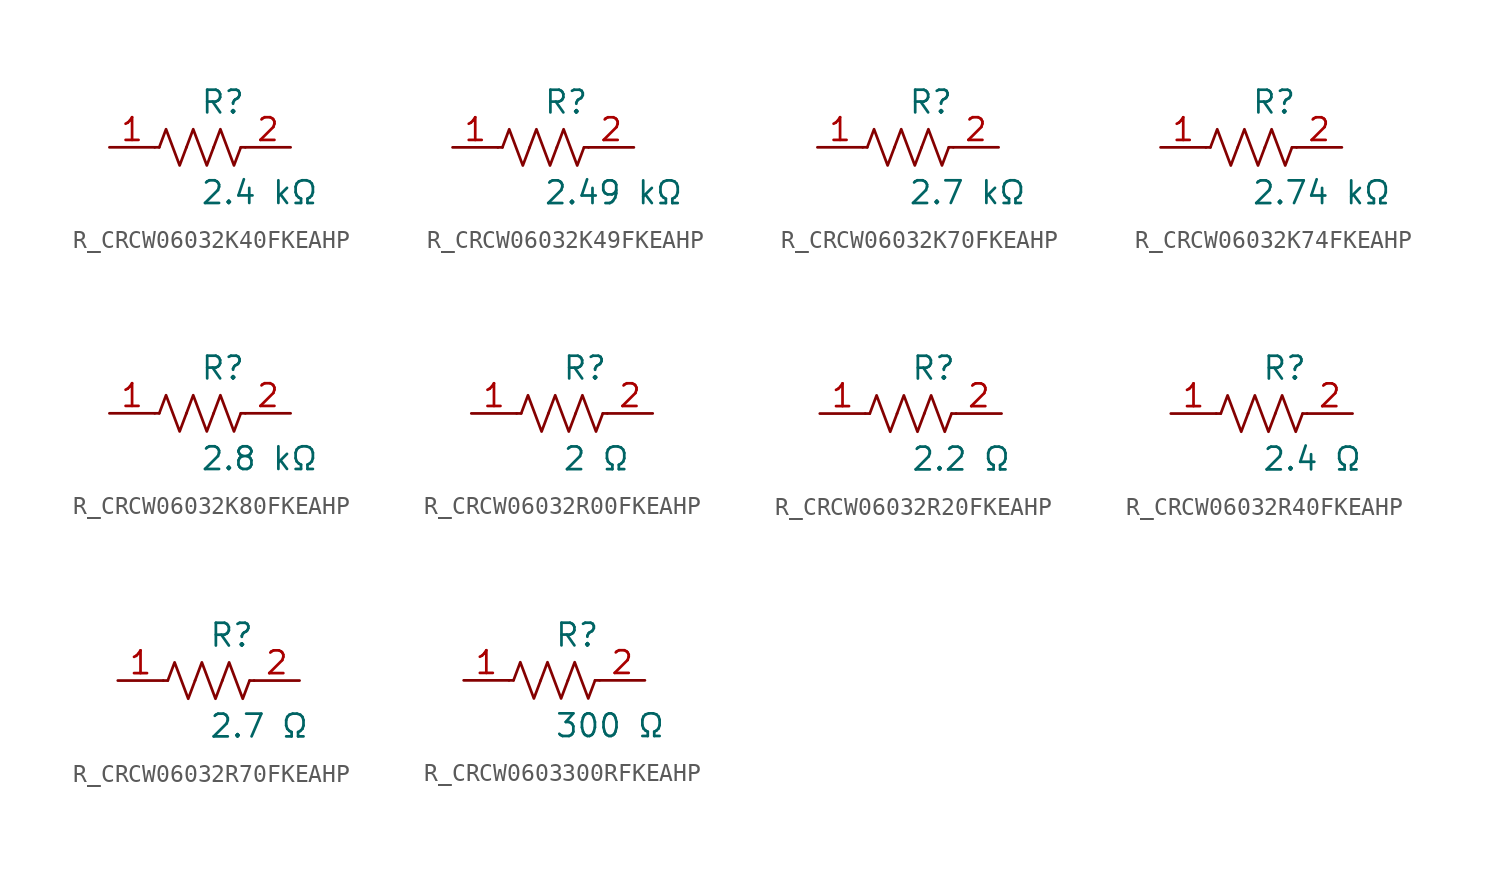
<source format=kicad_sym>
(kicad_symbol_lib
  (version 20231120)
  (generator kicad_symbol_editor)
  (generator_version 8.0)
  (symbol "R_CRCW06032K40FKEAHP"
    (pin_names
      (offset 0.254))
    (property "Reference" "R"
      (at 0.0 2.54 0)
      (effects (font (size 1.27 1.27)) (justify left)))
    (property "Value" "2.4 kΩ"
      (at 0.0 -2.54 0)
      (effects (font (size 1.27 1.27)) (justify left)))
    (symbol "R_CRCW06032K40FKEAHP_0_1"
      (polyline (pts (xy 2.286 0) (xy 2.54 0)) (stroke (width 0) (type default)) (fill (type none)))
      (polyline (pts (xy -2.286 0) (xy -2.54 0)) (stroke (width 0) (type default)) (fill (type none)))
      (polyline (pts (xy 0.762 0) (xy 1.143 1.016) (xy 1.524 0) (xy 1.905 -1.016) (xy 2.286 0)) (stroke (width 0) (type default)) (fill (type none)))
      (polyline (pts (xy -0.762 0) (xy -0.381 1.016) (xy 0 0) (xy 0.381 -1.016) (xy 0.762 0)) (stroke (width 0) (type default)) (fill (type none)))
      (polyline (pts (xy -2.286 0) (xy -1.905 1.016) (xy -1.524 0) (xy -1.143 -1.016) (xy -0.762 0)) (stroke (width 0) (type default)) (fill (type none))))
    (pin unspecified line
      (at -5.08 0 0)
      (length 2.54)
      (name "" (effects (font (size 1.27 1.27))))
      (number "1" (effects (font (size 1.27 1.27)))))
    (pin unspecified line
      (at 5.08 0 180)
      (length 2.54)
      (name "" (effects (font (size 1.27 1.27))))
      (number "2" (effects (font (size 1.27 1.27))))))
  (symbol "R_CRCW06032K49FKEAHP"
    (pin_names
      (offset 0.254))
    (property "Reference" "R"
      (at 0.0 2.54 0)
      (effects (font (size 1.27 1.27)) (justify left)))
    (property "Value" "2.49 kΩ"
      (at 0.0 -2.54 0)
      (effects (font (size 1.27 1.27)) (justify left)))
    (symbol "R_CRCW06032K49FKEAHP_0_1"
      (polyline (pts (xy 2.286 0) (xy 2.54 0)) (stroke (width 0) (type default)) (fill (type none)))
      (polyline (pts (xy -2.286 0) (xy -2.54 0)) (stroke (width 0) (type default)) (fill (type none)))
      (polyline (pts (xy 0.762 0) (xy 1.143 1.016) (xy 1.524 0) (xy 1.905 -1.016) (xy 2.286 0)) (stroke (width 0) (type default)) (fill (type none)))
      (polyline (pts (xy -0.762 0) (xy -0.381 1.016) (xy 0 0) (xy 0.381 -1.016) (xy 0.762 0)) (stroke (width 0) (type default)) (fill (type none)))
      (polyline (pts (xy -2.286 0) (xy -1.905 1.016) (xy -1.524 0) (xy -1.143 -1.016) (xy -0.762 0)) (stroke (width 0) (type default)) (fill (type none))))
    (pin unspecified line
      (at -5.08 0 0)
      (length 2.54)
      (name "" (effects (font (size 1.27 1.27))))
      (number "1" (effects (font (size 1.27 1.27)))))
    (pin unspecified line
      (at 5.08 0 180)
      (length 2.54)
      (name "" (effects (font (size 1.27 1.27))))
      (number "2" (effects (font (size 1.27 1.27))))))
  (symbol "R_CRCW06032K70FKEAHP"
    (pin_names
      (offset 0.254))
    (property "Reference" "R"
      (at 0.0 2.54 0)
      (effects (font (size 1.27 1.27)) (justify left)))
    (property "Value" "2.7 kΩ"
      (at 0.0 -2.54 0)
      (effects (font (size 1.27 1.27)) (justify left)))
    (symbol "R_CRCW06032K70FKEAHP_0_1"
      (polyline (pts (xy 2.286 0) (xy 2.54 0)) (stroke (width 0) (type default)) (fill (type none)))
      (polyline (pts (xy -2.286 0) (xy -2.54 0)) (stroke (width 0) (type default)) (fill (type none)))
      (polyline (pts (xy 0.762 0) (xy 1.143 1.016) (xy 1.524 0) (xy 1.905 -1.016) (xy 2.286 0)) (stroke (width 0) (type default)) (fill (type none)))
      (polyline (pts (xy -0.762 0) (xy -0.381 1.016) (xy 0 0) (xy 0.381 -1.016) (xy 0.762 0)) (stroke (width 0) (type default)) (fill (type none)))
      (polyline (pts (xy -2.286 0) (xy -1.905 1.016) (xy -1.524 0) (xy -1.143 -1.016) (xy -0.762 0)) (stroke (width 0) (type default)) (fill (type none))))
    (pin unspecified line
      (at -5.08 0 0)
      (length 2.54)
      (name "" (effects (font (size 1.27 1.27))))
      (number "1" (effects (font (size 1.27 1.27)))))
    (pin unspecified line
      (at 5.08 0 180)
      (length 2.54)
      (name "" (effects (font (size 1.27 1.27))))
      (number "2" (effects (font (size 1.27 1.27))))))
  (symbol "R_CRCW06032K74FKEAHP"
    (pin_names
      (offset 0.254))
    (property "Reference" "R"
      (at 0.0 2.54 0)
      (effects (font (size 1.27 1.27)) (justify left)))
    (property "Value" "2.74 kΩ"
      (at 0.0 -2.54 0)
      (effects (font (size 1.27 1.27)) (justify left)))
    (symbol "R_CRCW06032K74FKEAHP_0_1"
      (polyline (pts (xy 2.286 0) (xy 2.54 0)) (stroke (width 0) (type default)) (fill (type none)))
      (polyline (pts (xy -2.286 0) (xy -2.54 0)) (stroke (width 0) (type default)) (fill (type none)))
      (polyline (pts (xy 0.762 0) (xy 1.143 1.016) (xy 1.524 0) (xy 1.905 -1.016) (xy 2.286 0)) (stroke (width 0) (type default)) (fill (type none)))
      (polyline (pts (xy -0.762 0) (xy -0.381 1.016) (xy 0 0) (xy 0.381 -1.016) (xy 0.762 0)) (stroke (width 0) (type default)) (fill (type none)))
      (polyline (pts (xy -2.286 0) (xy -1.905 1.016) (xy -1.524 0) (xy -1.143 -1.016) (xy -0.762 0)) (stroke (width 0) (type default)) (fill (type none))))
    (pin unspecified line
      (at -5.08 0 0)
      (length 2.54)
      (name "" (effects (font (size 1.27 1.27))))
      (number "1" (effects (font (size 1.27 1.27)))))
    (pin unspecified line
      (at 5.08 0 180)
      (length 2.54)
      (name "" (effects (font (size 1.27 1.27))))
      (number "2" (effects (font (size 1.27 1.27))))))
  (symbol "R_CRCW06032K80FKEAHP"
    (pin_names
      (offset 0.254))
    (property "Reference" "R"
      (at 0.0 2.54 0)
      (effects (font (size 1.27 1.27)) (justify left)))
    (property "Value" "2.8 kΩ"
      (at 0.0 -2.54 0)
      (effects (font (size 1.27 1.27)) (justify left)))
    (symbol "R_CRCW06032K80FKEAHP_0_1"
      (polyline (pts (xy 2.286 0) (xy 2.54 0)) (stroke (width 0) (type default)) (fill (type none)))
      (polyline (pts (xy -2.286 0) (xy -2.54 0)) (stroke (width 0) (type default)) (fill (type none)))
      (polyline (pts (xy 0.762 0) (xy 1.143 1.016) (xy 1.524 0) (xy 1.905 -1.016) (xy 2.286 0)) (stroke (width 0) (type default)) (fill (type none)))
      (polyline (pts (xy -0.762 0) (xy -0.381 1.016) (xy 0 0) (xy 0.381 -1.016) (xy 0.762 0)) (stroke (width 0) (type default)) (fill (type none)))
      (polyline (pts (xy -2.286 0) (xy -1.905 1.016) (xy -1.524 0) (xy -1.143 -1.016) (xy -0.762 0)) (stroke (width 0) (type default)) (fill (type none))))
    (pin unspecified line
      (at -5.08 0 0)
      (length 2.54)
      (name "" (effects (font (size 1.27 1.27))))
      (number "1" (effects (font (size 1.27 1.27)))))
    (pin unspecified line
      (at 5.08 0 180)
      (length 2.54)
      (name "" (effects (font (size 1.27 1.27))))
      (number "2" (effects (font (size 1.27 1.27))))))
  (symbol "R_CRCW06032R00FKEAHP"
    (pin_names
      (offset 0.254))
    (property "Reference" "R"
      (at 0.0 2.54 0)
      (effects (font (size 1.27 1.27)) (justify left)))
    (property "Value" "2 Ω"
      (at 0.0 -2.54 0)
      (effects (font (size 1.27 1.27)) (justify left)))
    (symbol "R_CRCW06032R00FKEAHP_0_1"
      (polyline (pts (xy 2.286 0) (xy 2.54 0)) (stroke (width 0) (type default)) (fill (type none)))
      (polyline (pts (xy -2.286 0) (xy -2.54 0)) (stroke (width 0) (type default)) (fill (type none)))
      (polyline (pts (xy 0.762 0) (xy 1.143 1.016) (xy 1.524 0) (xy 1.905 -1.016) (xy 2.286 0)) (stroke (width 0) (type default)) (fill (type none)))
      (polyline (pts (xy -0.762 0) (xy -0.381 1.016) (xy 0 0) (xy 0.381 -1.016) (xy 0.762 0)) (stroke (width 0) (type default)) (fill (type none)))
      (polyline (pts (xy -2.286 0) (xy -1.905 1.016) (xy -1.524 0) (xy -1.143 -1.016) (xy -0.762 0)) (stroke (width 0) (type default)) (fill (type none))))
    (pin unspecified line
      (at -5.08 0 0)
      (length 2.54)
      (name "" (effects (font (size 1.27 1.27))))
      (number "1" (effects (font (size 1.27 1.27)))))
    (pin unspecified line
      (at 5.08 0 180)
      (length 2.54)
      (name "" (effects (font (size 1.27 1.27))))
      (number "2" (effects (font (size 1.27 1.27))))))
  (symbol "R_CRCW06032R20FKEAHP"
    (pin_names
      (offset 0.254))
    (property "Reference" "R"
      (at 0.0 2.54 0)
      (effects (font (size 1.27 1.27)) (justify left)))
    (property "Value" "2.2 Ω"
      (at 0.0 -2.54 0)
      (effects (font (size 1.27 1.27)) (justify left)))
    (symbol "R_CRCW06032R20FKEAHP_0_1"
      (polyline (pts (xy 2.286 0) (xy 2.54 0)) (stroke (width 0) (type default)) (fill (type none)))
      (polyline (pts (xy -2.286 0) (xy -2.54 0)) (stroke (width 0) (type default)) (fill (type none)))
      (polyline (pts (xy 0.762 0) (xy 1.143 1.016) (xy 1.524 0) (xy 1.905 -1.016) (xy 2.286 0)) (stroke (width 0) (type default)) (fill (type none)))
      (polyline (pts (xy -0.762 0) (xy -0.381 1.016) (xy 0 0) (xy 0.381 -1.016) (xy 0.762 0)) (stroke (width 0) (type default)) (fill (type none)))
      (polyline (pts (xy -2.286 0) (xy -1.905 1.016) (xy -1.524 0) (xy -1.143 -1.016) (xy -0.762 0)) (stroke (width 0) (type default)) (fill (type none))))
    (pin unspecified line
      (at -5.08 0 0)
      (length 2.54)
      (name "" (effects (font (size 1.27 1.27))))
      (number "1" (effects (font (size 1.27 1.27)))))
    (pin unspecified line
      (at 5.08 0 180)
      (length 2.54)
      (name "" (effects (font (size 1.27 1.27))))
      (number "2" (effects (font (size 1.27 1.27))))))
  (symbol "R_CRCW06032R40FKEAHP"
    (pin_names
      (offset 0.254))
    (property "Reference" "R"
      (at 0.0 2.54 0)
      (effects (font (size 1.27 1.27)) (justify left)))
    (property "Value" "2.4 Ω"
      (at 0.0 -2.54 0)
      (effects (font (size 1.27 1.27)) (justify left)))
    (symbol "R_CRCW06032R40FKEAHP_0_1"
      (polyline (pts (xy 2.286 0) (xy 2.54 0)) (stroke (width 0) (type default)) (fill (type none)))
      (polyline (pts (xy -2.286 0) (xy -2.54 0)) (stroke (width 0) (type default)) (fill (type none)))
      (polyline (pts (xy 0.762 0) (xy 1.143 1.016) (xy 1.524 0) (xy 1.905 -1.016) (xy 2.286 0)) (stroke (width 0) (type default)) (fill (type none)))
      (polyline (pts (xy -0.762 0) (xy -0.381 1.016) (xy 0 0) (xy 0.381 -1.016) (xy 0.762 0)) (stroke (width 0) (type default)) (fill (type none)))
      (polyline (pts (xy -2.286 0) (xy -1.905 1.016) (xy -1.524 0) (xy -1.143 -1.016) (xy -0.762 0)) (stroke (width 0) (type default)) (fill (type none))))
    (pin unspecified line
      (at -5.08 0 0)
      (length 2.54)
      (name "" (effects (font (size 1.27 1.27))))
      (number "1" (effects (font (size 1.27 1.27)))))
    (pin unspecified line
      (at 5.08 0 180)
      (length 2.54)
      (name "" (effects (font (size 1.27 1.27))))
      (number "2" (effects (font (size 1.27 1.27))))))
  (symbol "R_CRCW06032R70FKEAHP"
    (pin_names
      (offset 0.254))
    (property "Reference" "R"
      (at 0.0 2.54 0)
      (effects (font (size 1.27 1.27)) (justify left)))
    (property "Value" "2.7 Ω"
      (at 0.0 -2.54 0)
      (effects (font (size 1.27 1.27)) (justify left)))
    (symbol "R_CRCW06032R70FKEAHP_0_1"
      (polyline (pts (xy 2.286 0) (xy 2.54 0)) (stroke (width 0) (type default)) (fill (type none)))
      (polyline (pts (xy -2.286 0) (xy -2.54 0)) (stroke (width 0) (type default)) (fill (type none)))
      (polyline (pts (xy 0.762 0) (xy 1.143 1.016) (xy 1.524 0) (xy 1.905 -1.016) (xy 2.286 0)) (stroke (width 0) (type default)) (fill (type none)))
      (polyline (pts (xy -0.762 0) (xy -0.381 1.016) (xy 0 0) (xy 0.381 -1.016) (xy 0.762 0)) (stroke (width 0) (type default)) (fill (type none)))
      (polyline (pts (xy -2.286 0) (xy -1.905 1.016) (xy -1.524 0) (xy -1.143 -1.016) (xy -0.762 0)) (stroke (width 0) (type default)) (fill (type none))))
    (pin unspecified line
      (at -5.08 0 0)
      (length 2.54)
      (name "" (effects (font (size 1.27 1.27))))
      (number "1" (effects (font (size 1.27 1.27)))))
    (pin unspecified line
      (at 5.08 0 180)
      (length 2.54)
      (name "" (effects (font (size 1.27 1.27))))
      (number "2" (effects (font (size 1.27 1.27))))))
  (symbol "R_CRCW0603300RFKEAHP"
    (pin_names
      (offset 0.254))
    (property "Reference" "R"
      (at 0.0 2.54 0)
      (effects (font (size 1.27 1.27)) (justify left)))
    (property "Value" "300 Ω"
      (at 0.0 -2.54 0)
      (effects (font (size 1.27 1.27)) (justify left)))
    (symbol "R_CRCW0603300RFKEAHP_0_1"
      (polyline (pts (xy 2.286 0) (xy 2.54 0)) (stroke (width 0) (type default)) (fill (type none)))
      (polyline (pts (xy -2.286 0) (xy -2.54 0)) (stroke (width 0) (type default)) (fill (type none)))
      (polyline (pts (xy 0.762 0) (xy 1.143 1.016) (xy 1.524 0) (xy 1.905 -1.016) (xy 2.286 0)) (stroke (width 0) (type default)) (fill (type none)))
      (polyline (pts (xy -0.762 0) (xy -0.381 1.016) (xy 0 0) (xy 0.381 -1.016) (xy 0.762 0)) (stroke (width 0) (type default)) (fill (type none)))
      (polyline (pts (xy -2.286 0) (xy -1.905 1.016) (xy -1.524 0) (xy -1.143 -1.016) (xy -0.762 0)) (stroke (width 0) (type default)) (fill (type none))))
    (pin unspecified line
      (at -5.08 0 0)
      (length 2.54)
      (name "" (effects (font (size 1.27 1.27))))
      (number "1" (effects (font (size 1.27 1.27)))))
    (pin unspecified line
      (at 5.08 0 180)
      (length 2.54)
      (name "" (effects (font (size 1.27 1.27))))
      (number "2" (effects (font (size 1.27 1.27)))))))
</source>
